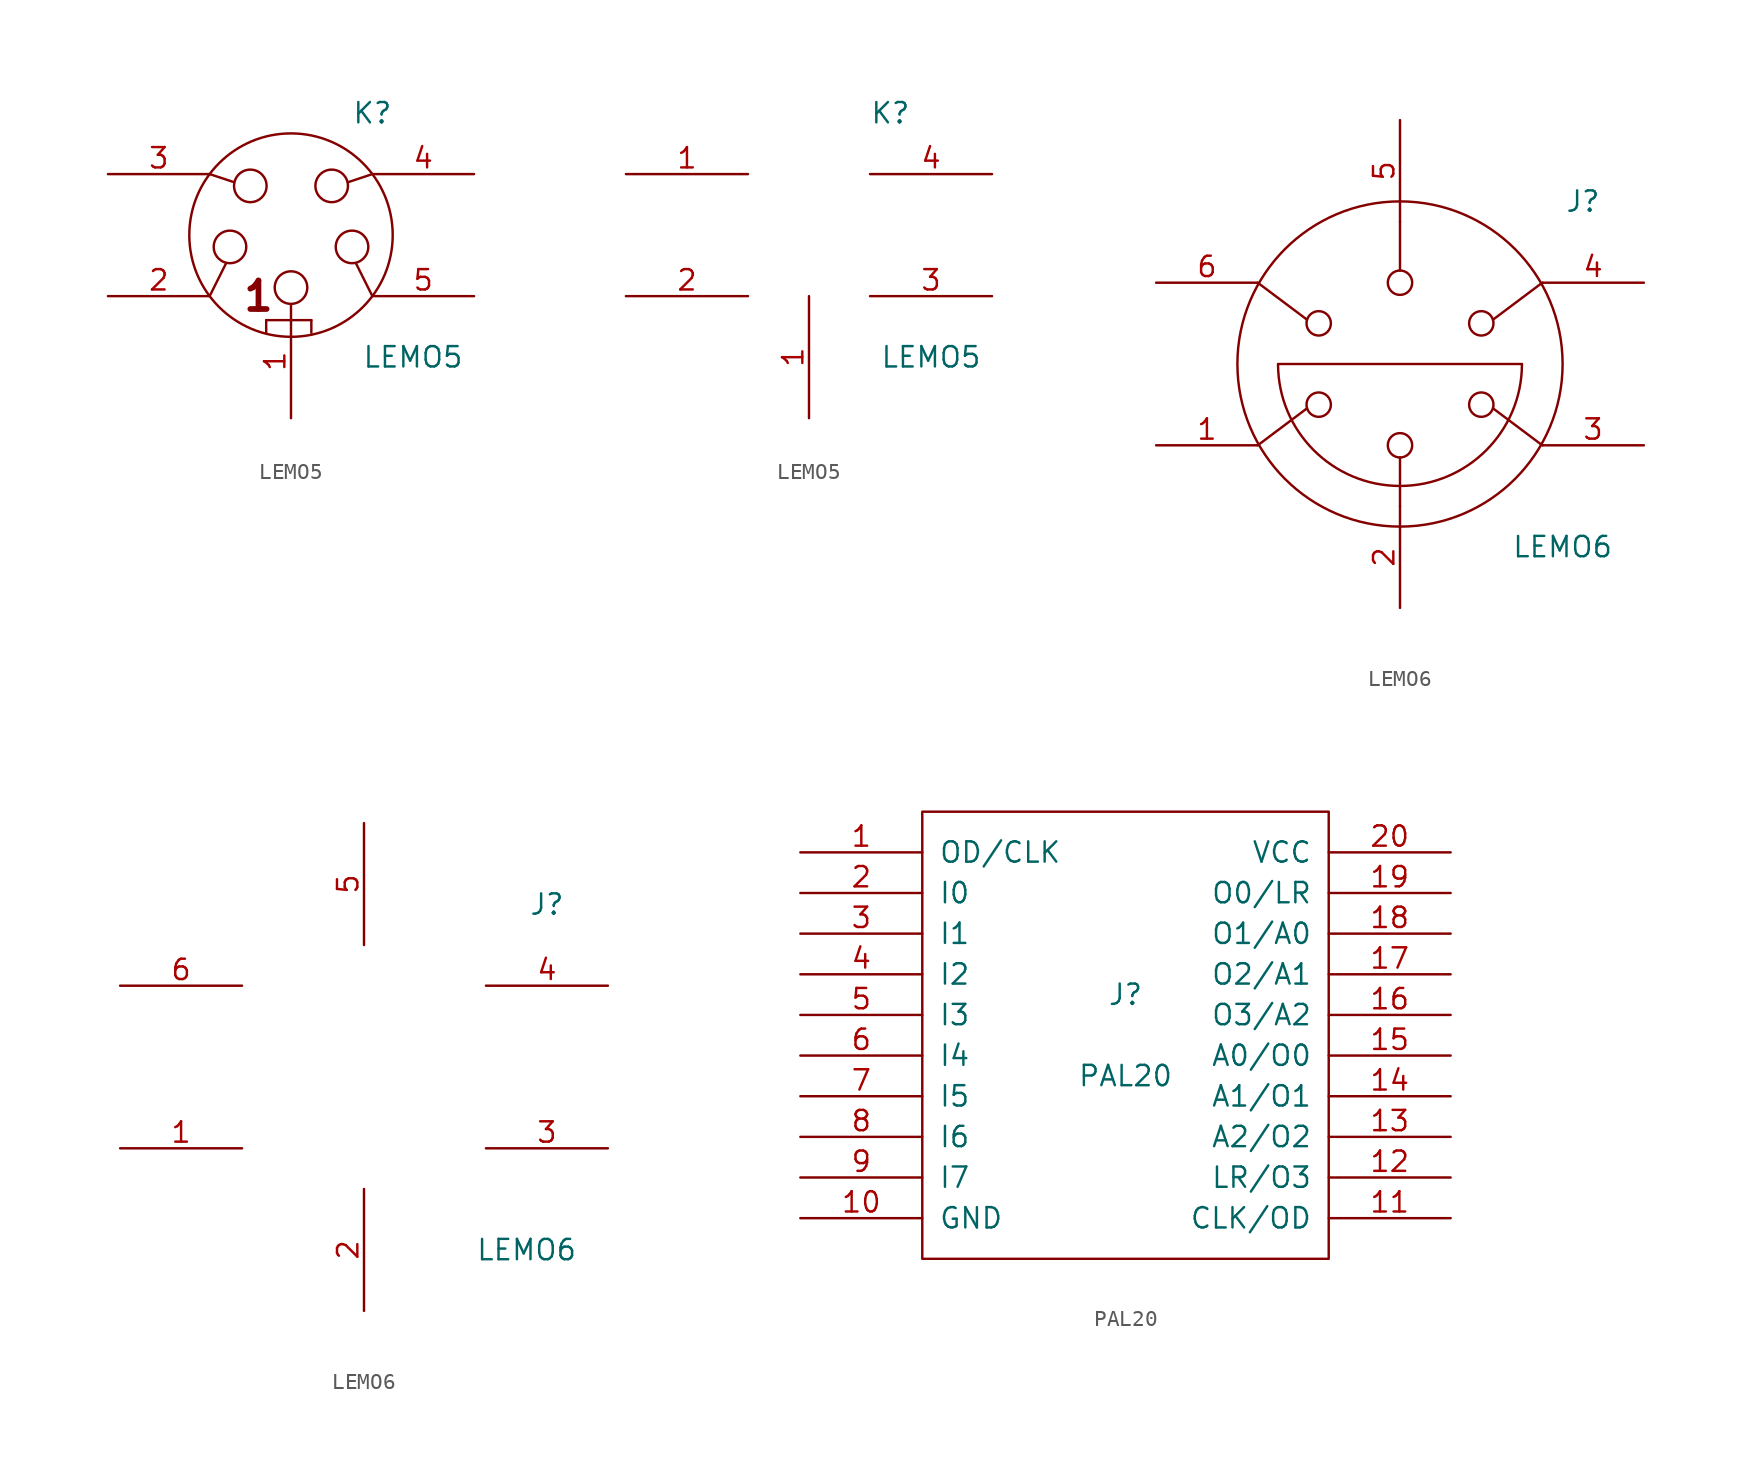
<source format=kicad_sym>
(kicad_symbol_lib
  (version 20211014)
  (generator kicad_symbol_editor)
  (symbol "LEMO5"
    (pin_names
      (offset 1.016) hide)
    (property "Reference" "K"
      (at 5.08 7.62 0)
      (effects (font (size 1.27 1.27))))
    (property "Value" "LEMO5"
      (at 7.62 -7.62 0)
      (effects (font (size 1.27 1.27))))
    (property "Footprint" ""
      (at 0 0 0)
      (effects (font (size 1.27 1.27))))
    (property "Datasheet" ""
      (at 0 0 0)
      (effects (font (size 1.27 1.27))))
    (symbol "LEMO5_0_1"
      (circle (center -3.81 -0.737) (radius 1.016) (stroke (width 0) (type default) (color 0 0 0 0)) (fill (type none)))
      (circle (center -2.54 3.073) (radius 1.016) (stroke (width 0) (type default) (color 0 0 0 0)) (fill (type none)))
      (circle (center 0 -3.277) (radius 1.016) (stroke (width 0) (type default) (color 0 0 0 0)) (fill (type none)))
      (polyline (pts (xy -5.08 -3.81) (xy -4.064 -1.778)) (stroke (width 0) (type default) (color 0 0 0 0)) (fill (type none)))
      (polyline (pts (xy -5.08 3.81) (xy -3.556 3.302)) (stroke (width 0) (type default) (color 0 0 0 0)) (fill (type none)))
      (polyline (pts (xy -1.549 -6.096) (xy -1.549 -5.309)) (stroke (width 0) (type default) (color 0 0 0 0)) (fill (type none)))
      (polyline (pts (xy -1.549 -5.309) (xy 1.27 -5.309)) (stroke (width 0) (type default) (color 0 0 0 0)) (fill (type none)))
      (polyline (pts (xy 1.27 -5.309) (xy 1.27 -6.096)) (stroke (width 0) (type default) (color 0 0 0 0)) (fill (type none)))
      (polyline (pts (xy 5.08 -3.81) (xy 4.064 -1.778)) (stroke (width 0) (type default) (color 0 0 0 0)) (fill (type none)))
      (polyline (pts (xy 5.08 3.81) (xy 3.556 3.302)) (stroke (width 0) (type default) (color 0 0 0 0)) (fill (type none)))
      (circle (center 0 0) (radius 6.35) (stroke (width 0) (type default) (color 0 0 0 0)) (fill (type none)))
      (circle (center 2.54 3.073) (radius 1.016) (stroke (width 0) (type default) (color 0 0 0 0)) (fill (type none)))
      (circle (center 3.81 -0.737) (radius 1.016) (stroke (width 0) (type default) (color 0 0 0 0)) (fill (type none)))
      (text "1" (at -2.032 -3.81 0) (effects (font (size 1.778 1.778) bold))))
    (symbol "LEMO5_1_1"
      (pin bidirectional line (at 0 -11.43 90) (length 7.112) (name "~" (effects (font (size 1.27 1.27)))) (number "1" (effects (font (size 1.27 1.27)))))
      (pin bidirectional line (at -11.43 -3.81 0) (length 6.35) (name "~" (effects (font (size 1.27 1.27)))) (number "2" (effects (font (size 1.27 1.27)))))
      (pin bidirectional line (at -11.43 3.81 0) (length 6.35) (name "~" (effects (font (size 1.27 1.27)))) (number "3" (effects (font (size 1.27 1.27)))))
      (pin bidirectional line (at 11.43 3.81 180) (length 6.35) (name "~" (effects (font (size 1.27 1.27)))) (number "4" (effects (font (size 1.27 1.27)))))
      (pin bidirectional line (at 11.43 -3.81 180) (length 6.35) (name "~" (effects (font (size 1.27 1.27)))) (number "5" (effects (font (size 1.27 1.27))))))
    (symbol "LEMO5_1_2"
      (pin bidirectional line (at -11.43 3.81 0) (length 7.62) (name "~" (effects (font (size 1.27 1.27)))) (number "1" (effects (font (size 1.27 1.27)))))
      (pin bidirectional line (at 0 -11.43 90) (length 7.62) (name "~" (effects (font (size 1.27 1.27)))) (number "1" (effects (font (size 1.27 1.27)))))
      (pin bidirectional line (at -11.43 -3.81 0) (length 7.62) (name "~" (effects (font (size 1.27 1.27)))) (number "2" (effects (font (size 1.27 1.27)))))
      (pin bidirectional line (at 11.43 -3.81 180) (length 7.62) (name "~" (effects (font (size 1.27 1.27)))) (number "3" (effects (font (size 1.27 1.27)))))
      (pin bidirectional line (at 11.43 3.81 180) (length 7.62) (name "~" (effects (font (size 1.27 1.27)))) (number "4" (effects (font (size 1.27 1.27)))))))
  (symbol "LEMO6"
    (pin_names
      (offset 1.016) hide)
    (property "Reference" "J"
      (at 11.43 10.16 0)
      (effects (font (size 1.27 1.27))))
    (property "Value" "LEMO6"
      (at 10.16 -11.43 0)
      (effects (font (size 1.27 1.27))))
    (property "Footprint" ""
      (at 0 0 0)
      (effects (font (size 1.27 1.27))))
    (property "Datasheet" ""
      (at 0 0 0)
      (effects (font (size 1.27 1.27))))
    (symbol "LEMO6_0_1"
      (arc (start -7.62 -0.0254) (mid -5.3882 -5.3882) (end -0.0254 -7.62) (stroke (width 0) (type default) (color 0 0 0 0)) (fill (type none)))
      (circle (center -5.08 -2.54) (radius 0.762) (stroke (width 0) (type default) (color 0 0 0 0)) (fill (type none)))
      (circle (center -5.08 2.54) (radius 0.762) (stroke (width 0) (type default) (color 0 0 0 0)) (fill (type none)))
      (circle (center 0 -5.08) (radius 0.762) (stroke (width 0) (type default) (color 0 0 0 0)) (fill (type none)))
      (polyline (pts (xy -8.89 -5.08) (xy -5.842 -2.794)) (stroke (width 0) (type default) (color 0 0 0 0)) (fill (type none)))
      (polyline (pts (xy -8.89 5.08) (xy -5.842 2.794)) (stroke (width 0) (type default) (color 0 0 0 0)) (fill (type none)))
      (polyline (pts (xy -7.62 0) (xy 7.62 0)) (stroke (width 0) (type default) (color 0 0 0 0)) (fill (type none)))
      (polyline (pts (xy 0 -8.89) (xy 0 -5.842)) (stroke (width 0) (type default) (color 0 0 0 0)) (fill (type none)))
      (polyline (pts (xy 0 8.89) (xy 0 5.842)) (stroke (width 0) (type default) (color 0 0 0 0)) (fill (type none)))
      (polyline (pts (xy 8.89 -5.08) (xy 5.842 -2.794)) (stroke (width 0) (type default) (color 0 0 0 0)) (fill (type none)))
      (polyline (pts (xy 8.89 5.08) (xy 5.842 2.794)) (stroke (width 0) (type default) (color 0 0 0 0)) (fill (type none)))
      (circle (center 0 0) (radius 10.16) (stroke (width 0) (type default) (color 0 0 0 0)) (fill (type none)))
      (circle (center 0 5.08) (radius 0.762) (stroke (width 0) (type default) (color 0 0 0 0)) (fill (type none)))
      (arc (start 0.0254 -7.62) (mid 5.3882 -5.3882) (end 7.62 -0.0254) (stroke (width 0) (type default) (color 0 0 0 0)) (fill (type none)))
      (circle (center 5.08 -2.54) (radius 0.762) (stroke (width 0) (type default) (color 0 0 0 0)) (fill (type none)))
      (circle (center 5.08 2.54) (radius 0.762) (stroke (width 0) (type default) (color 0 0 0 0)) (fill (type none))))
    (symbol "LEMO6_1_1"
      (pin passive line (at -15.24 -5.08 0) (length 6.35) (name "~" (effects (font (size 1.27 1.27)))) (number "1" (effects (font (size 1.27 1.27)))))
      (pin passive line (at 0 -15.24 90) (length 6.35) (name "~" (effects (font (size 1.27 1.27)))) (number "2" (effects (font (size 1.27 1.27)))))
      (pin passive line (at 15.24 -5.08 180) (length 6.35) (name "~" (effects (font (size 1.27 1.27)))) (number "3" (effects (font (size 1.27 1.27)))))
      (pin passive line (at 15.24 5.08 180) (length 6.35) (name "~" (effects (font (size 1.27 1.27)))) (number "4" (effects (font (size 1.27 1.27)))))
      (pin passive line (at 0 15.24 270) (length 6.35) (name "~" (effects (font (size 1.27 1.27)))) (number "5" (effects (font (size 1.27 1.27)))))
      (pin passive line (at -15.24 5.08 0) (length 6.35) (name "~" (effects (font (size 1.27 1.27)))) (number "6" (effects (font (size 1.27 1.27))))))
    (symbol "LEMO6_1_2"
      (pin passive line (at -15.24 -5.08 0) (length 7.62) (name "~" (effects (font (size 1.27 1.27)))) (number "1" (effects (font (size 1.27 1.27)))))
      (pin passive line (at 0 -15.24 90) (length 7.62) (name "~" (effects (font (size 1.27 1.27)))) (number "2" (effects (font (size 1.27 1.27)))))
      (pin passive line (at 15.24 -5.08 180) (length 7.62) (name "~" (effects (font (size 1.27 1.27)))) (number "3" (effects (font (size 1.27 1.27)))))
      (pin passive line (at 15.24 5.08 180) (length 7.62) (name "~" (effects (font (size 1.27 1.27)))) (number "4" (effects (font (size 1.27 1.27)))))
      (pin passive line (at 0 15.24 270) (length 7.62) (name "~" (effects (font (size 1.27 1.27)))) (number "5" (effects (font (size 1.27 1.27)))))
      (pin passive line (at -15.24 5.08 0) (length 7.62) (name "~" (effects (font (size 1.27 1.27)))) (number "6" (effects (font (size 1.27 1.27)))))))
  (symbol "PAL20"
    (pin_names
      (offset 1.016))
    (property "Reference" "J"
      (at 0 2.54 0)
      (effects (font (size 1.27 1.27))))
    (property "Value" "PAL20"
      (at 0 -2.54 0)
      (effects (font (size 1.27 1.27))))
    (property "Footprint" ""
      (at 0 0 0)
      (effects (font (size 1.27 1.27))))
    (property "Datasheet" ""
      (at 0 0 0)
      (effects (font (size 1.27 1.27))))
    (symbol "PAL20_0_1"
      (rectangle (start -12.7 -13.97) (end 12.7 13.97) (stroke (width 0) (type default) (color 0 0 0 0)) (fill (type none))))
    (symbol "PAL20_1_1"
      (pin passive line (at -20.32 11.43 0) (length 7.62) (name "OD/CLK" (effects (font (size 1.27 1.27)))) (number "1" (effects (font (size 1.27 1.27)))))
      (pin passive line (at -20.32 -11.43 0) (length 7.62) (name "GND" (effects (font (size 1.27 1.27)))) (number "10" (effects (font (size 1.27 1.27)))))
      (pin passive line (at 20.32 -11.43 180) (length 7.62) (name "CLK/OD" (effects (font (size 1.27 1.27)))) (number "11" (effects (font (size 1.27 1.27)))))
      (pin passive line (at 20.32 -8.89 180) (length 7.62) (name "LR/O3" (effects (font (size 1.27 1.27)))) (number "12" (effects (font (size 1.27 1.27)))))
      (pin passive line (at 20.32 -6.35 180) (length 7.62) (name "A2/O2" (effects (font (size 1.27 1.27)))) (number "13" (effects (font (size 1.27 1.27)))))
      (pin passive line (at 20.32 -3.81 180) (length 7.62) (name "A1/O1" (effects (font (size 1.27 1.27)))) (number "14" (effects (font (size 1.27 1.27)))))
      (pin passive line (at 20.32 -1.27 180) (length 7.62) (name "A0/O0" (effects (font (size 1.27 1.27)))) (number "15" (effects (font (size 1.27 1.27)))))
      (pin passive line (at 20.32 1.27 180) (length 7.62) (name "O3/A2" (effects (font (size 1.27 1.27)))) (number "16" (effects (font (size 1.27 1.27)))))
      (pin passive line (at 20.32 3.81 180) (length 7.62) (name "O2/A1" (effects (font (size 1.27 1.27)))) (number "17" (effects (font (size 1.27 1.27)))))
      (pin passive line (at 20.32 6.35 180) (length 7.62) (name "O1/A0" (effects (font (size 1.27 1.27)))) (number "18" (effects (font (size 1.27 1.27)))))
      (pin passive line (at 20.32 8.89 180) (length 7.62) (name "O0/LR" (effects (font (size 1.27 1.27)))) (number "19" (effects (font (size 1.27 1.27)))))
      (pin passive line (at -20.32 8.89 0) (length 7.62) (name "I0" (effects (font (size 1.27 1.27)))) (number "2" (effects (font (size 1.27 1.27)))))
      (pin passive line (at 20.32 11.43 180) (length 7.62) (name "VCC" (effects (font (size 1.27 1.27)))) (number "20" (effects (font (size 1.27 1.27)))))
      (pin passive line (at -20.32 6.35 0) (length 7.62) (name "I1" (effects (font (size 1.27 1.27)))) (number "3" (effects (font (size 1.27 1.27)))))
      (pin passive line (at -20.32 3.81 0) (length 7.62) (name "I2" (effects (font (size 1.27 1.27)))) (number "4" (effects (font (size 1.27 1.27)))))
      (pin passive line (at -20.32 1.27 0) (length 7.62) (name "I3" (effects (font (size 1.27 1.27)))) (number "5" (effects (font (size 1.27 1.27)))))
      (pin passive line (at -20.32 -1.27 0) (length 7.62) (name "I4" (effects (font (size 1.27 1.27)))) (number "6" (effects (font (size 1.27 1.27)))))
      (pin passive line (at -20.32 -3.81 0) (length 7.62) (name "I5" (effects (font (size 1.27 1.27)))) (number "7" (effects (font (size 1.27 1.27)))))
      (pin passive line (at -20.32 -6.35 0) (length 7.62) (name "I6" (effects (font (size 1.27 1.27)))) (number "8" (effects (font (size 1.27 1.27)))))
      (pin passive line (at -20.32 -8.89 0) (length 7.62) (name "I7" (effects (font (size 1.27 1.27)))) (number "9" (effects (font (size 1.27 1.27))))))))
</source>
